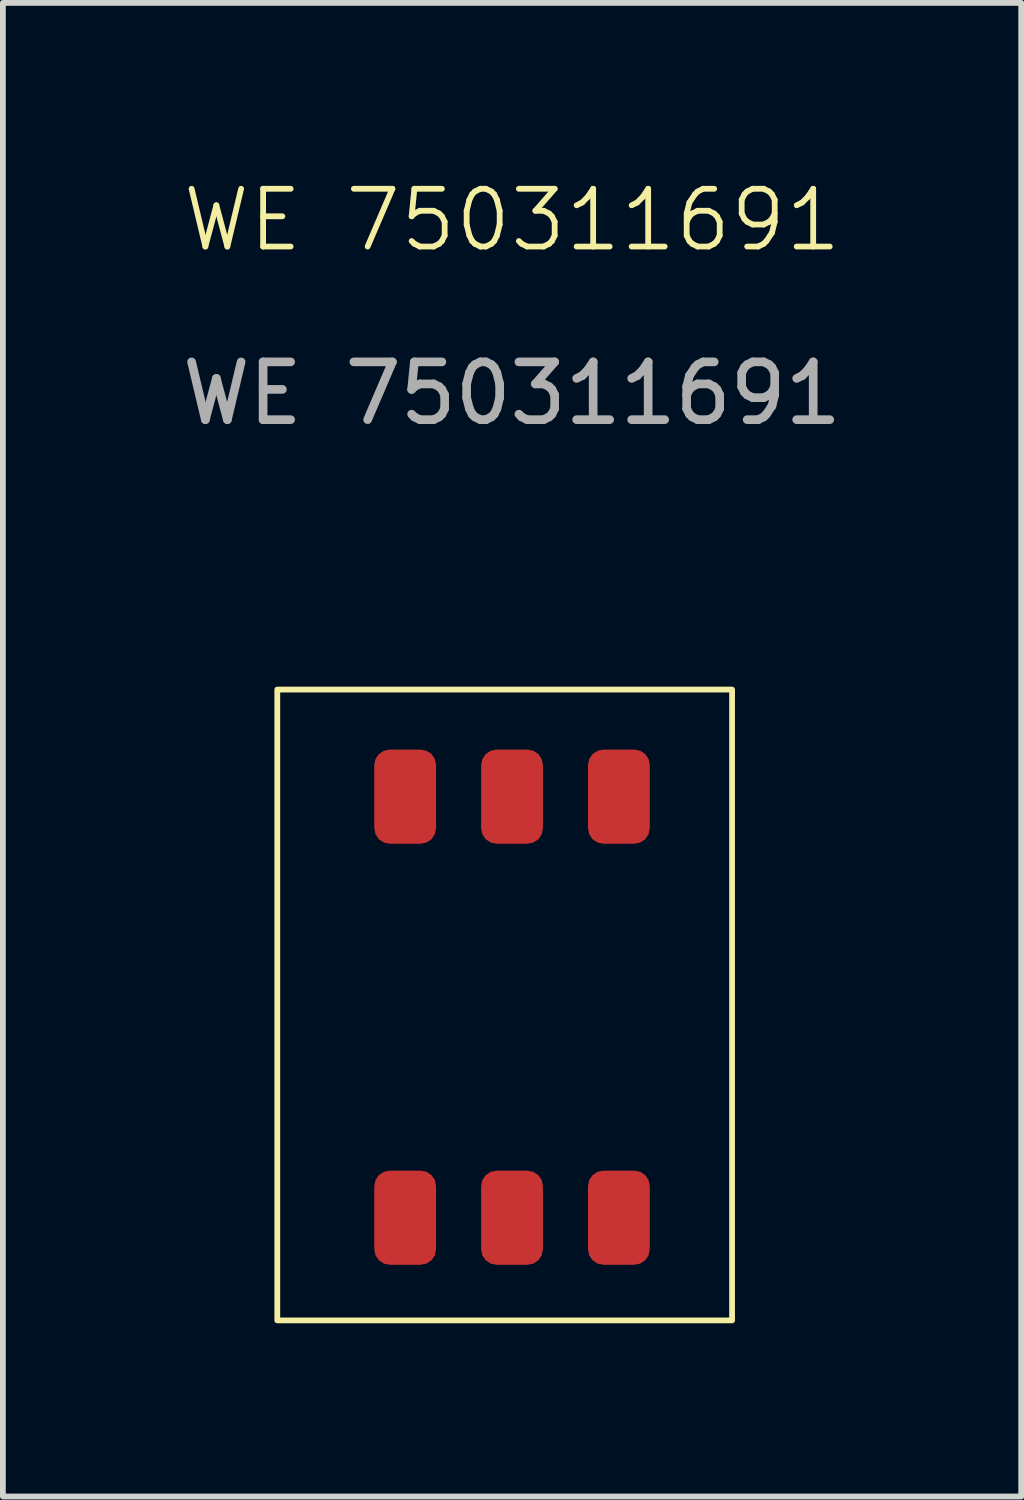
<source format=kicad_pcb>
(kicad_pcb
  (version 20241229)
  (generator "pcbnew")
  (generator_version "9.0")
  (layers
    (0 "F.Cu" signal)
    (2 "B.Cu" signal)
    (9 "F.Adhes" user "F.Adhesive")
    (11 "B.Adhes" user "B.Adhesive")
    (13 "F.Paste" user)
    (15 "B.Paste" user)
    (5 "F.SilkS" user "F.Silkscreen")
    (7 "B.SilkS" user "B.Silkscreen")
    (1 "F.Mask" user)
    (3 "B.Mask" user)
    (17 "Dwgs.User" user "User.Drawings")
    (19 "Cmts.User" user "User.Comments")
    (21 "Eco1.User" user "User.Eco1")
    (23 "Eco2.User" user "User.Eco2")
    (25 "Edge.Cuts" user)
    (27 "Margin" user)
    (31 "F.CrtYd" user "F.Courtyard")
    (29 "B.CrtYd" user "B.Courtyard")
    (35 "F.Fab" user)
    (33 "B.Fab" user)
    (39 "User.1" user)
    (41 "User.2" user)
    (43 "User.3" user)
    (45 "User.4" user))
  (footprint "WE 750311691"
    (layer "F.Cu")
    (at 5.815 13.969)
    (property "Reference" "WE 750311691" (at 0 -13.208 0) (unlocked yes) (layer "F.SilkS") (effects (font (size 1 1) (thickness 0.1))))
    (attr smd)
    (fp_rect (start -4.064 -5.08) (end 3.81 5.842) (stroke (width 0.1) (type default)) (fill no) (layer "F.SilkS"))
    (fp_text user "${REFERENCE}" (at 0 -10.208 0) (unlocked yes) (layer "F.Fab") (effects (font (size 1 1) (thickness 0.15))))
    (pad "1" smd roundrect (at -1.85 -3.226 180) (size 1.07 1.63) (layers "F.Cu" "F.Mask" "F.Paste") (roundrect_rratio 0.25))
    (pad "2" smd roundrect (at 0 -3.226 180) (size 1.07 1.63) (layers "F.Cu" "F.Mask" "F.Paste") (roundrect_rratio 0.25))
    (pad "3" smd roundrect (at 1.85 -3.226 180) (size 1.07 1.63) (layers "F.Cu" "F.Mask" "F.Paste") (roundrect_rratio 0.25))
    (pad "4" smd roundrect (at 1.85 4.064 180) (size 1.07 1.63) (layers "F.Cu" "F.Mask" "F.Paste") (roundrect_rratio 0.25))
    (pad "5" smd roundrect (at 0 4.064 180) (size 1.07 1.63) (layers "F.Cu" "F.Mask" "F.Paste") (roundrect_rratio 0.25))
    (pad "6" smd roundrect (at -1.85 4.064 180) (size 1.07 1.63) (layers "F.Cu" "F.Mask" "F.Paste") (roundrect_rratio 0.25)))
  (gr_rect
    (start -3 -3)
    (end 14.631 22.86)
    (stroke (width 0.1) (type default))
    (fill no)
    (layer "Edge.Cuts")))
</source>
